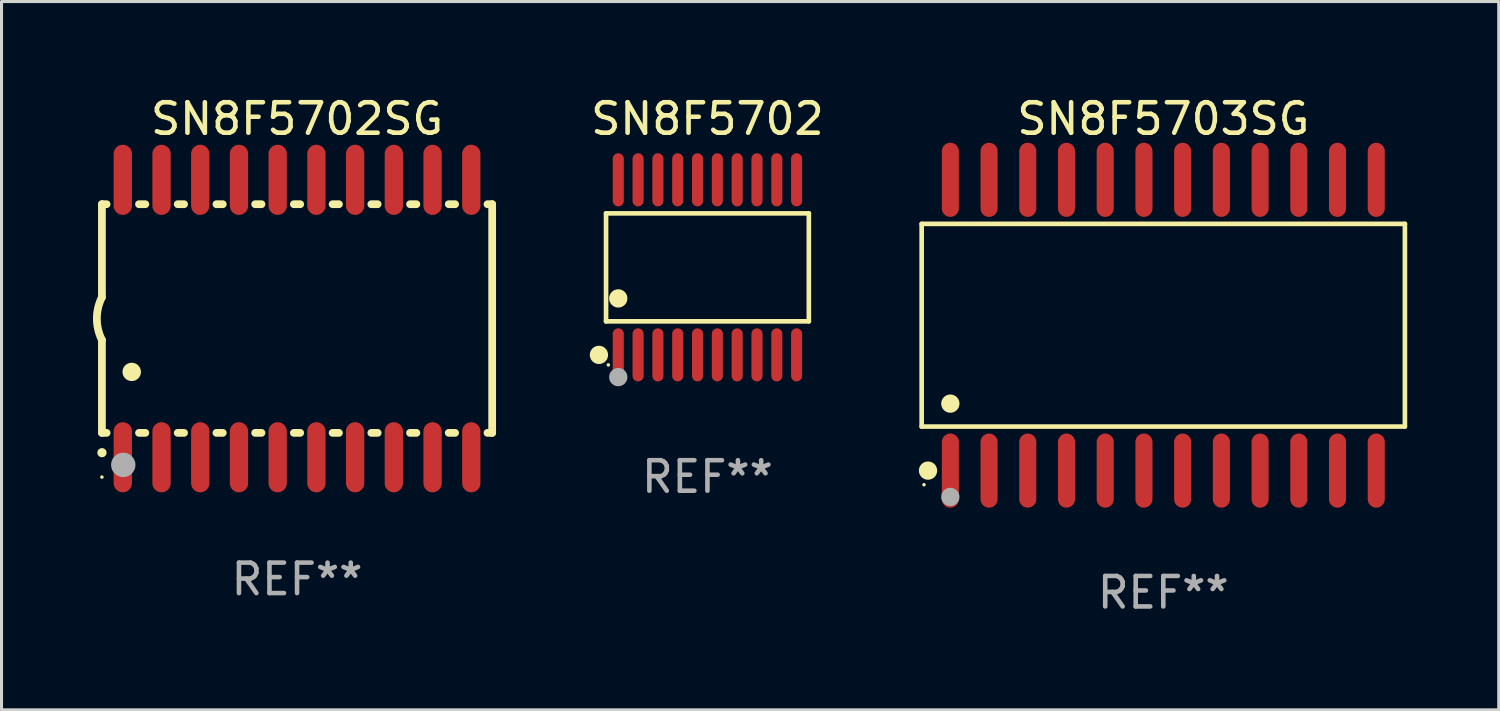
<source format=kicad_pcb>
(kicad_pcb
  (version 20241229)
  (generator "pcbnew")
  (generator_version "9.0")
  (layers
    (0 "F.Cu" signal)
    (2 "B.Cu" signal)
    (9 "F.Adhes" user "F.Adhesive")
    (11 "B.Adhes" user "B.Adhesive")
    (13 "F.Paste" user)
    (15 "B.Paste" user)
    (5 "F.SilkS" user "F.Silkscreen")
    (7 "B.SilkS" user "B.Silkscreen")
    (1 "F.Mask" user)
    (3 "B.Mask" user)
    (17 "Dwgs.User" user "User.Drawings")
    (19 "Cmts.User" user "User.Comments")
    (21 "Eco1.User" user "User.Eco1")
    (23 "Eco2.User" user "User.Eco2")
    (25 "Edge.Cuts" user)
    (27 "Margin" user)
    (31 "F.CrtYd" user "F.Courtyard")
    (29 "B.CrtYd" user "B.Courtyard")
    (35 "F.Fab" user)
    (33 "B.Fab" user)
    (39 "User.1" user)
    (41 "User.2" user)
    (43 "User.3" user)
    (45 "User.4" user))
  (footprint "SN8F5702SG"
    (layer "F.Cu")
    (at 6.693 7.398)
    (property "Reference" "SN8F5702SG" (at 0 -6.55 0) (layer "F.SilkS") (effects (font (size 1 1) (thickness 0.15))))
    (attr through_hole)
    (fp_line (start -6.4 -3.75) (end -6.4 -0.7) (stroke (width 0.254) (type solid)) (layer "F.SilkS"))
    (fp_line (start -6.4 -3.75) (end -6.246 -3.75) (stroke (width 0.254) (type solid)) (layer "F.SilkS"))
    (fp_line (start -6.4 3.75) (end -6.4 0.7) (stroke (width 0.254) (type solid)) (layer "F.SilkS"))
    (fp_line (start -6.246 3.75) (end -6.4 3.75) (stroke (width 0.254) (type solid)) (layer "F.SilkS"))
    (fp_line (start -5.184 -3.75) (end -4.976 -3.75) (stroke (width 0.254) (type solid)) (layer "F.SilkS"))
    (fp_line (start -4.976 3.75) (end -5.184 3.75) (stroke (width 0.254) (type solid)) (layer "F.SilkS"))
    (fp_line (start -3.914 -3.75) (end -3.706 -3.75) (stroke (width 0.254) (type solid)) (layer "F.SilkS"))
    (fp_line (start -3.706 3.75) (end -3.914 3.75) (stroke (width 0.254) (type solid)) (layer "F.SilkS"))
    (fp_line (start -2.644 -3.75) (end -2.436 -3.75) (stroke (width 0.254) (type solid)) (layer "F.SilkS"))
    (fp_line (start -2.436 3.75) (end -2.644 3.75) (stroke (width 0.254) (type solid)) (layer "F.SilkS"))
    (fp_line (start -1.374 -3.75) (end -1.166 -3.75) (stroke (width 0.254) (type solid)) (layer "F.SilkS"))
    (fp_line (start -1.166 3.75) (end -1.374 3.75) (stroke (width 0.254) (type solid)) (layer "F.SilkS"))
    (fp_line (start -0.104 -3.75) (end 0.104 -3.75) (stroke (width 0.254) (type solid)) (layer "F.SilkS"))
    (fp_line (start 0.104 3.75) (end -0.104 3.75) (stroke (width 0.254) (type solid)) (layer "F.SilkS"))
    (fp_line (start 1.166 -3.75) (end 1.374 -3.75) (stroke (width 0.254) (type solid)) (layer "F.SilkS"))
    (fp_line (start 1.374 3.75) (end 1.166 3.75) (stroke (width 0.254) (type solid)) (layer "F.SilkS"))
    (fp_line (start 2.436 -3.75) (end 2.644 -3.75) (stroke (width 0.254) (type solid)) (layer "F.SilkS"))
    (fp_line (start 2.644 3.75) (end 2.436 3.75) (stroke (width 0.254) (type solid)) (layer "F.SilkS"))
    (fp_line (start 3.706 -3.75) (end 3.914 -3.75) (stroke (width 0.254) (type solid)) (layer "F.SilkS"))
    (fp_line (start 3.914 3.75) (end 3.706 3.75) (stroke (width 0.254) (type solid)) (layer "F.SilkS"))
    (fp_line (start 4.976 -3.75) (end 5.184 -3.75) (stroke (width 0.254) (type solid)) (layer "F.SilkS"))
    (fp_line (start 5.184 3.75) (end 4.976 3.75) (stroke (width 0.254) (type solid)) (layer "F.SilkS"))
    (fp_line (start 6.246 -3.75) (end 6.4 -3.75) (stroke (width 0.254) (type solid)) (layer "F.SilkS"))
    (fp_line (start 6.4 -3.75) (end 6.4 3.75) (stroke (width 0.254) (type solid)) (layer "F.SilkS"))
    (fp_line (start 6.4 3.75) (end 6.246 3.75) (stroke (width 0.254) (type solid)) (layer "F.SilkS"))
    (fp_arc (start -6.400812 0.701041) (mid -6.565912 0.000428) (end -6.400025 -0.7) (stroke (width 0.254001) (type solid)) (layer "F.SilkS"))
    (fp_arc (start -6.400025 4.4) (mid -6.398755 4.399995) (end -6.397485 4.4) (stroke (width 0.3) (type solid)) (layer "F.SilkS"))
    (fp_arc (start -5.425451 1.750064) (mid -5.422911 1.750053) (end -5.420371 1.750064) (stroke (width 0.6) (type solid)) (layer "F.SilkS"))
    (fp_circle (center -6.4 5.2) (end -6.37 5.2) (stroke (width 0.06) (type solid)) (fill no) (layer "F.SilkS"))
    (fp_circle (center -5.7 4.8) (end -5.5 4.8) (stroke (width 0.4) (type solid)) (fill no) (layer "F.Fab"))
    (fp_text user "REF**" (at 0 8.55 0) (layer "F.Fab") (effects (font (size 1 1) (thickness 0.15))))
    (pad "1" smd oval (at -5.715 4.55 180) (size 0.6 2.3) (layers "F.Cu" "F.Mask" "F.Paste"))
    (pad "2" smd oval (at -4.445 4.55 180) (size 0.6 2.3) (layers "F.Cu" "F.Mask" "F.Paste"))
    (pad "3" smd oval (at -3.175 4.55 180) (size 0.6 2.3) (layers "F.Cu" "F.Mask" "F.Paste"))
    (pad "4" smd oval (at -1.905 4.55 180) (size 0.6 2.3) (layers "F.Cu" "F.Mask" "F.Paste"))
    (pad "5" smd oval (at -0.635 4.55 180) (size 0.6 2.3) (layers "F.Cu" "F.Mask" "F.Paste"))
    (pad "6" smd oval (at 0.635 4.55 180) (size 0.6 2.3) (layers "F.Cu" "F.Mask" "F.Paste"))
    (pad "7" smd oval (at 1.905 4.55 180) (size 0.6 2.3) (layers "F.Cu" "F.Mask" "F.Paste"))
    (pad "8" smd oval (at 3.175 4.55 180) (size 0.6 2.3) (layers "F.Cu" "F.Mask" "F.Paste"))
    (pad "9" smd oval (at 4.445 4.55 180) (size 0.6 2.3) (layers "F.Cu" "F.Mask" "F.Paste"))
    (pad "10" smd oval (at 5.715 4.55 180) (size 0.6 2.3) (layers "F.Cu" "F.Mask" "F.Paste"))
    (pad "11" smd oval (at 5.715 -4.55 180) (size 0.6 2.3) (layers "F.Cu" "F.Mask" "F.Paste"))
    (pad "12" smd oval (at 4.445 -4.55 180) (size 0.6 2.3) (layers "F.Cu" "F.Mask" "F.Paste"))
    (pad "13" smd oval (at 3.175 -4.55 180) (size 0.6 2.3) (layers "F.Cu" "F.Mask" "F.Paste"))
    (pad "14" smd oval (at 1.905 -4.55 180) (size 0.6 2.3) (layers "F.Cu" "F.Mask" "F.Paste"))
    (pad "15" smd oval (at 0.635 -4.55 180) (size 0.6 2.3) (layers "F.Cu" "F.Mask" "F.Paste"))
    (pad "16" smd oval (at -0.635 -4.55 180) (size 0.6 2.3) (layers "F.Cu" "F.Mask" "F.Paste"))
    (pad "17" smd oval (at -1.905 -4.55 180) (size 0.6 2.3) (layers "F.Cu" "F.Mask" "F.Paste"))
    (pad "18" smd oval (at -3.175 -4.55 180) (size 0.6 2.3) (layers "F.Cu" "F.Mask" "F.Paste"))
    (pad "19" smd oval (at -4.445 -4.55 180) (size 0.6 2.3) (layers "F.Cu" "F.Mask" "F.Paste"))
    (pad "20" smd oval (at -5.715 -4.55 180) (size 0.6 2.3) (layers "F.Cu" "F.Mask" "F.Paste")))
  (footprint "SN8F5703SG"
    (layer "F.Cu")
    (at 35.106 7.617)
    (property "Reference" "SN8F5703SG" (at 0 -6.769 0) (layer "F.SilkS") (effects (font (size 1 1) (thickness 0.15))))
    (attr through_hole)
    (fp_line (start -7.925 -3.324) (end 7.925 -3.324) (stroke (width 0.152) (type solid)) (layer "F.SilkS"))
    (fp_line (start -7.925 3.324) (end -7.925 -3.324) (stroke (width 0.152) (type solid)) (layer "F.SilkS"))
    (fp_line (start 7.925 -3.324) (end 7.925 3.324) (stroke (width 0.152) (type solid)) (layer "F.SilkS"))
    (fp_line (start 7.925 3.324) (end -7.925 3.324) (stroke (width 0.152) (type solid)) (layer "F.SilkS"))
    (fp_circle (center -7.849 5.232) (end -7.819 5.232) (stroke (width 0.06) (type solid)) (fill no) (layer "F.SilkS"))
    (fp_circle (center -7.717 4.769) (end -7.567 4.769) (stroke (width 0.3) (type solid)) (fill no) (layer "F.SilkS"))
    (fp_circle (center -6.985 2.572) (end -6.835 2.572) (stroke (width 0.3) (type solid)) (fill no) (layer "F.SilkS"))
    (fp_circle (center -6.985 5.632) (end -6.835 5.632) (stroke (width 0.3) (type solid)) (fill no) (layer "F.Fab"))
    (fp_text user "REF**" (at 0 8.769 0) (layer "F.Fab") (effects (font (size 1 1) (thickness 0.15))))
    (pad "1" smd oval (at -6.985 4.769) (size 0.56 2.432) (layers "F.Cu" "F.Mask" "F.Paste"))
    (pad "2" smd oval (at -5.715 4.769) (size 0.56 2.432) (layers "F.Cu" "F.Mask" "F.Paste"))
    (pad "3" smd oval (at -4.445 4.769) (size 0.56 2.432) (layers "F.Cu" "F.Mask" "F.Paste"))
    (pad "4" smd oval (at -3.175 4.769) (size 0.56 2.432) (layers "F.Cu" "F.Mask" "F.Paste"))
    (pad "5" smd oval (at -1.905 4.769) (size 0.56 2.432) (layers "F.Cu" "F.Mask" "F.Paste"))
    (pad "6" smd oval (at -0.635 4.769) (size 0.56 2.432) (layers "F.Cu" "F.Mask" "F.Paste"))
    (pad "7" smd oval (at 0.635 4.769) (size 0.56 2.432) (layers "F.Cu" "F.Mask" "F.Paste"))
    (pad "8" smd oval (at 1.905 4.769) (size 0.56 2.432) (layers "F.Cu" "F.Mask" "F.Paste"))
    (pad "9" smd oval (at 3.175 4.769) (size 0.56 2.432) (layers "F.Cu" "F.Mask" "F.Paste"))
    (pad "10" smd oval (at 4.445 4.769) (size 0.56 2.432) (layers "F.Cu" "F.Mask" "F.Paste"))
    (pad "11" smd oval (at 5.715 4.769) (size 0.56 2.432) (layers "F.Cu" "F.Mask" "F.Paste"))
    (pad "12" smd oval (at 6.985 4.769) (size 0.56 2.432) (layers "F.Cu" "F.Mask" "F.Paste"))
    (pad "13" smd oval (at 6.985 -4.769) (size 0.56 2.432) (layers "F.Cu" "F.Mask" "F.Paste"))
    (pad "14" smd oval (at 5.715 -4.769) (size 0.56 2.432) (layers "F.Cu" "F.Mask" "F.Paste"))
    (pad "15" smd oval (at 4.445 -4.769) (size 0.56 2.432) (layers "F.Cu" "F.Mask" "F.Paste"))
    (pad "16" smd oval (at 3.175 -4.769) (size 0.56 2.432) (layers "F.Cu" "F.Mask" "F.Paste"))
    (pad "17" smd oval (at 1.905 -4.769) (size 0.56 2.432) (layers "F.Cu" "F.Mask" "F.Paste"))
    (pad "18" smd oval (at 0.635 -4.769) (size 0.56 2.432) (layers "F.Cu" "F.Mask" "F.Paste"))
    (pad "19" smd oval (at -0.635 -4.769) (size 0.56 2.432) (layers "F.Cu" "F.Mask" "F.Paste"))
    (pad "20" smd oval (at -1.905 -4.769) (size 0.56 2.432) (layers "F.Cu" "F.Mask" "F.Paste"))
    (pad "21" smd oval (at -3.175 -4.769) (size 0.56 2.432) (layers "F.Cu" "F.Mask" "F.Paste"))
    (pad "22" smd oval (at -4.445 -4.769) (size 0.56 2.432) (layers "F.Cu" "F.Mask" "F.Paste"))
    (pad "23" smd oval (at -5.715 -4.769) (size 0.56 2.432) (layers "F.Cu" "F.Mask" "F.Paste"))
    (pad "24" smd oval (at -6.985 -4.769) (size 0.56 2.432) (layers "F.Cu" "F.Mask" "F.Paste")))
  (footprint "SN8F5702"
    (layer "F.Cu")
    (at 20.154 5.719)
    (property "Reference" "SN8F5702" (at 0 -4.871 0) (layer "F.SilkS") (effects (font (size 1 1) (thickness 0.15))))
    (attr through_hole)
    (fp_line (start -3.326 -1.771) (end 3.326 -1.771) (stroke (width 0.152) (type solid)) (layer "F.SilkS"))
    (fp_line (start -3.326 1.771) (end -3.326 -1.771) (stroke (width 0.152) (type solid)) (layer "F.SilkS"))
    (fp_line (start 3.326 -1.771) (end 3.326 1.771) (stroke (width 0.152) (type solid)) (layer "F.SilkS"))
    (fp_line (start 3.326 1.771) (end -3.326 1.771) (stroke (width 0.152) (type solid)) (layer "F.SilkS"))
    (fp_circle (center -3.559 2.871) (end -3.409 2.871) (stroke (width 0.3) (type solid)) (fill no) (layer "F.SilkS"))
    (fp_circle (center -3.25 3.2) (end -3.22 3.2) (stroke (width 0.06) (type solid)) (fill no) (layer "F.SilkS"))
    (fp_circle (center -2.925 1.019) (end -2.775 1.019) (stroke (width 0.3) (type solid)) (fill no) (layer "F.SilkS"))
    (fp_circle (center -2.925 3.6) (end -2.775 3.6) (stroke (width 0.3) (type solid)) (fill no) (layer "F.Fab"))
    (fp_text user "REF**" (at 0 6.871 0) (layer "F.Fab") (effects (font (size 1 1) (thickness 0.15))))
    (pad "1" smd oval (at -2.925 2.871) (size 0.364 1.742) (layers "F.Cu" "F.Mask" "F.Paste"))
    (pad "2" smd oval (at -2.275 2.871) (size 0.364 1.742) (layers "F.Cu" "F.Mask" "F.Paste"))
    (pad "3" smd oval (at -1.625 2.871) (size 0.364 1.742) (layers "F.Cu" "F.Mask" "F.Paste"))
    (pad "4" smd oval (at -0.975 2.871) (size 0.364 1.742) (layers "F.Cu" "F.Mask" "F.Paste"))
    (pad "5" smd oval (at -0.325 2.871) (size 0.364 1.742) (layers "F.Cu" "F.Mask" "F.Paste"))
    (pad "6" smd oval (at 0.325 2.871) (size 0.364 1.742) (layers "F.Cu" "F.Mask" "F.Paste"))
    (pad "7" smd oval (at 0.975 2.871) (size 0.364 1.742) (layers "F.Cu" "F.Mask" "F.Paste"))
    (pad "8" smd oval (at 1.625 2.871) (size 0.364 1.742) (layers "F.Cu" "F.Mask" "F.Paste"))
    (pad "9" smd oval (at 2.275 2.871) (size 0.364 1.742) (layers "F.Cu" "F.Mask" "F.Paste"))
    (pad "10" smd oval (at 2.925 2.871) (size 0.364 1.742) (layers "F.Cu" "F.Mask" "F.Paste"))
    (pad "11" smd oval (at 2.925 -2.871) (size 0.364 1.742) (layers "F.Cu" "F.Mask" "F.Paste"))
    (pad "12" smd oval (at 2.275 -2.871) (size 0.364 1.742) (layers "F.Cu" "F.Mask" "F.Paste"))
    (pad "13" smd oval (at 1.625 -2.871) (size 0.364 1.742) (layers "F.Cu" "F.Mask" "F.Paste"))
    (pad "14" smd oval (at 0.975 -2.871) (size 0.364 1.742) (layers "F.Cu" "F.Mask" "F.Paste"))
    (pad "15" smd oval (at 0.325 -2.871) (size 0.364 1.742) (layers "F.Cu" "F.Mask" "F.Paste"))
    (pad "16" smd oval (at -0.325 -2.871) (size 0.364 1.742) (layers "F.Cu" "F.Mask" "F.Paste"))
    (pad "17" smd oval (at -0.975 -2.871) (size 0.364 1.742) (layers "F.Cu" "F.Mask" "F.Paste"))
    (pad "18" smd oval (at -1.625 -2.871) (size 0.364 1.742) (layers "F.Cu" "F.Mask" "F.Paste"))
    (pad "19" smd oval (at -2.275 -2.871) (size 0.364 1.742) (layers "F.Cu" "F.Mask" "F.Paste"))
    (pad "20" smd oval (at -2.925 -2.871) (size 0.364 1.742) (layers "F.Cu" "F.Mask" "F.Paste")))
  (gr_rect
    (start -3 -3)
    (end 46.108 20.234)
    (stroke (width 0.1) (type default))
    (fill no)
    (layer "Edge.Cuts")))
</source>
